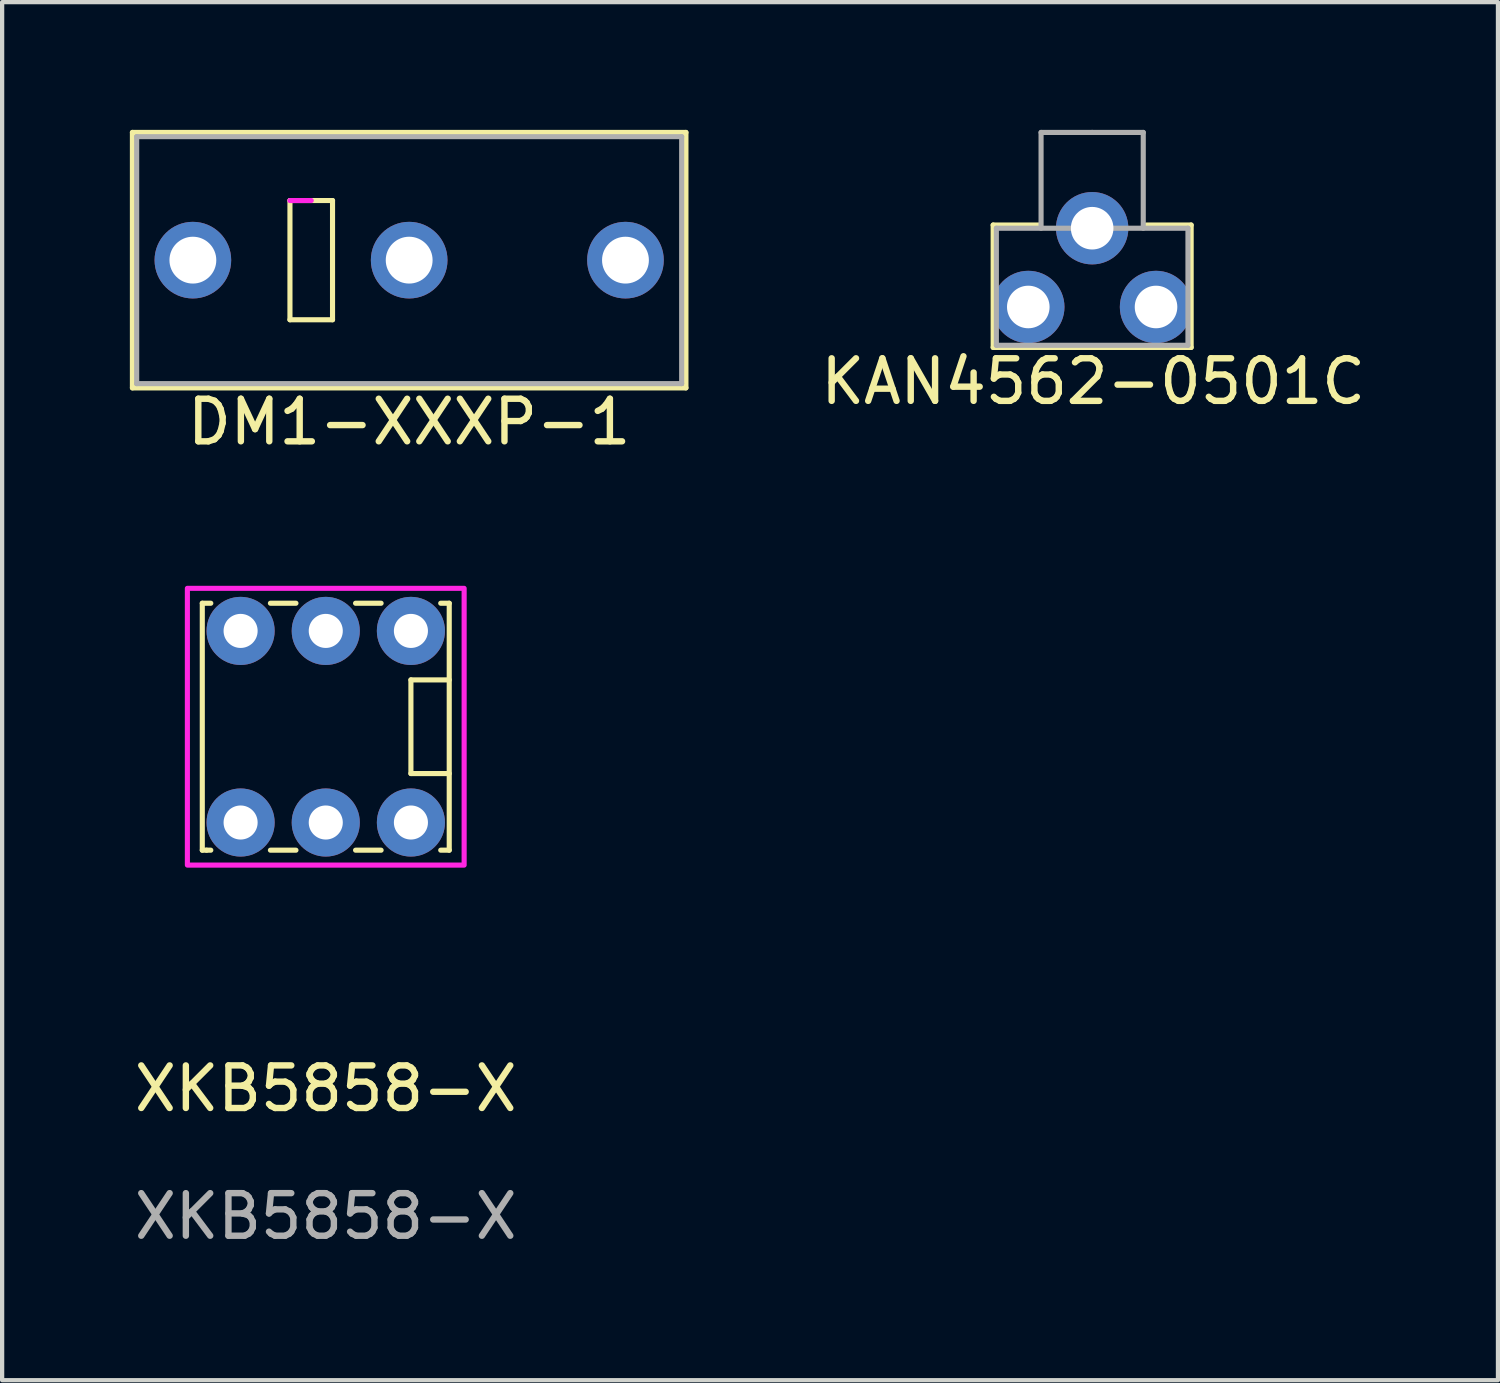
<source format=kicad_pcb>
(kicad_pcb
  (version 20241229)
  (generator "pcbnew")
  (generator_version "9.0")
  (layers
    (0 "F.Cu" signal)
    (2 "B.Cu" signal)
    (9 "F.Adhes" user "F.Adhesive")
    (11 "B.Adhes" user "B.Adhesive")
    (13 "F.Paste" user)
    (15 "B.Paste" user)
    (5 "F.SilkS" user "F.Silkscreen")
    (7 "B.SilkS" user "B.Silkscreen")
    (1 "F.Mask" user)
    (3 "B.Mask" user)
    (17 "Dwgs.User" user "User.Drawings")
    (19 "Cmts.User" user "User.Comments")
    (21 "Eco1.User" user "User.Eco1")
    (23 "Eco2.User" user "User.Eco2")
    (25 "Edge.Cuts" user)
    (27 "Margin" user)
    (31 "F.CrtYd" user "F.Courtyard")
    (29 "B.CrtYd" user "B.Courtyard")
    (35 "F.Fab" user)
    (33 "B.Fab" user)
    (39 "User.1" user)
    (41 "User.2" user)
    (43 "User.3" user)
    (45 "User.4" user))
  (footprint "XKB5858-X"
    (layer "F.Cu")
    (at 4.601 14.018)
    (property "Reference" "XKB5858-X" (at 0 8.5 0) (unlocked yes) (layer "F.SilkS") (effects (font (size 1 1) (thickness 0.15))))
    (attr through_hole)
    (fp_line (start -2.9 -2.9) (end -2.9 2.9) (stroke (width 0.12) (type solid)) (layer "F.SilkS"))
    (fp_line (start -2.9 -2.9) (end -2.7 -2.9) (stroke (width 0.12) (type solid)) (layer "F.SilkS"))
    (fp_line (start -2.9 2.9) (end -2.8 2.9) (stroke (width 0.12) (type solid)) (layer "F.SilkS"))
    (fp_line (start -2.8 2.9) (end -2.7 2.9) (stroke (width 0.12) (type solid)) (layer "F.SilkS"))
    (fp_line (start -1.3 2.9) (end -0.7 2.9) (stroke (width 0.12) (type solid)) (layer "F.SilkS"))
    (fp_line (start -0.7 -2.9) (end -1.3 -2.9) (stroke (width 0.12) (type solid)) (layer "F.SilkS"))
    (fp_line (start 0.7 2.9) (end 1.3 2.9) (stroke (width 0.12) (type solid)) (layer "F.SilkS"))
    (fp_line (start 1.3 -2.9) (end 0.7 -2.9) (stroke (width 0.12) (type solid)) (layer "F.SilkS"))
    (fp_line (start 2 -1.1) (end 2 1.1) (stroke (width 0.12) (type solid)) (layer "F.SilkS"))
    (fp_line (start 2 1.1) (end 2.9 1.1) (stroke (width 0.12) (type solid)) (layer "F.SilkS"))
    (fp_line (start 2.9 -2.9) (end 2.7 -2.9) (stroke (width 0.12) (type solid)) (layer "F.SilkS"))
    (fp_line (start 2.9 -1.1) (end 2 -1.1) (stroke (width 0.12) (type solid)) (layer "F.SilkS"))
    (fp_line (start 2.9 2.9) (end 2.7 2.9) (stroke (width 0.12) (type solid)) (layer "F.SilkS"))
    (fp_line (start 2.9 2.9) (end 2.9 -2.9) (stroke (width 0.12) (type solid)) (layer "F.SilkS"))
    (fp_rect (start -3.25 -3.25) (end 3.25 3.25) (stroke (width 0.12) (type solid)) (fill no) (layer "F.CrtYd"))
    (fp_text user "${REFERENCE}" (at 0 11.5 0) (unlocked yes) (layer "F.Fab") (effects (font (size 1 1) (thickness 0.15))))
    (pad "1" thru_hole circle (at 2 2.25) (size 1.6 1.6) (drill 0.8) (layers "*.Cu" "*.Mask"))
    (pad "2" thru_hole circle (at 0 2.25) (size 1.6 1.6) (drill 0.8) (layers "*.Cu" "*.Mask"))
    (pad "3" thru_hole circle (at -2 2.25) (size 1.6 1.6) (drill 0.8) (layers "*.Cu" "*.Mask"))
    (pad "4" thru_hole circle (at 2 -2.25) (size 1.6 1.6) (drill 0.8) (layers "*.Cu" "*.Mask"))
    (pad "5" thru_hole circle (at 0 -2.25) (size 1.6 1.6) (drill 0.8) (layers "*.Cu" "*.Mask"))
    (pad "6" thru_hole circle (at -2 -2.25) (size 1.6 1.6) (drill 0.8) (layers "*.Cu" "*.Mask")))
  (footprint "DM1-XXXP-1"
    (layer "F.Cu")
    (at 6.56 3.06)
    (property "Reference" "DM1-XXXP-1" (at 0 3.8 0) (layer "F.SilkS") (effects (font (size 1 1) (thickness 0.15))))
    (attr through_hole)
    (fp_line (start -6.5 -3) (end 6.5 -3) (stroke (width 0.12) (type solid)) (layer "F.SilkS"))
    (fp_line (start -6.5 3) (end -6.5 -3) (stroke (width 0.12) (type solid)) (layer "F.SilkS"))
    (fp_line (start -2.8 -1.4) (end -1.8 -1.4) (stroke (width 0.12) (type solid)) (layer "F.SilkS"))
    (fp_line (start -2.8 1.4) (end -2.8 -1.4) (stroke (width 0.12) (type solid)) (layer "F.SilkS"))
    (fp_line (start -1.8 -1.4) (end -1.8 1.4) (stroke (width 0.12) (type solid)) (layer "F.SilkS"))
    (fp_line (start -1.8 1.4) (end -2.8 1.4) (stroke (width 0.12) (type solid)) (layer "F.SilkS"))
    (fp_line (start 6.5 -3) (end 6.5 3) (stroke (width 0.12) (type solid)) (layer "F.SilkS"))
    (fp_line (start 6.5 3) (end -6.5 3) (stroke (width 0.12) (type solid)) (layer "F.SilkS"))
    (fp_line (start -2.3 -1.4) (end -2.8 -1.4) (stroke (width 0.12) (type solid)) (layer "F.CrtYd"))
    (fp_line (start -6.4 -2.9) (end -6.4 2.9) (stroke (width 0.12) (type solid)) (layer "F.Fab"))
    (fp_line (start -6.4 2.9) (end 6.4 2.9) (stroke (width 0.12) (type solid)) (layer "F.Fab"))
    (fp_line (start 6.4 -2.9) (end -6.4 -2.9) (stroke (width 0.12) (type solid)) (layer "F.Fab"))
    (fp_line (start 6.4 2.9) (end 6.4 -2.9) (stroke (width 0.12) (type solid)) (layer "F.Fab"))
    (pad "1" thru_hole circle (at 5.08 0) (size 1.8 1.8) (drill 1.1) (layers "*.Cu" "*.Mask"))
    (pad "2" thru_hole circle (at -5.08 0) (size 1.8 1.8) (drill 1.1) (layers "*.Cu" "*.Mask"))
    (pad "3" thru_hole circle (at 0 0) (size 1.8 1.8) (drill 1.1) (layers "*.Cu" "*.Mask")))
  (footprint "KAN4562-0501C"
    (layer "F.Cu")
    (at 22.601 4.16)
    (property "Reference" "KAN4562-0501C" (at 0.025 1.75 0) (layer "F.SilkS") (effects (font (size 1 1) (thickness 0.15))))
    (attr through_hole)
    (fp_line (start -2.325 -1.925) (end -1.225 -1.925) (stroke (width 0.12) (type solid)) (layer "F.SilkS"))
    (fp_line (start -2.325 0.95) (end -2.325 -1.925) (stroke (width 0.12) (type solid)) (layer "F.SilkS"))
    (fp_line (start 1.275 -1.925) (end 2.325 -1.925) (stroke (width 0.12) (type solid)) (layer "F.SilkS"))
    (fp_line (start 2.325 -1.925) (end 2.325 0.95) (stroke (width 0.12) (type solid)) (layer "F.SilkS"))
    (fp_line (start 2.325 0.95) (end -2.325 0.95) (stroke (width 0.12) (type solid)) (layer "F.SilkS"))
    (fp_line (start -2.25 -1.85) (end 2.25 -1.85) (stroke (width 0.12) (type solid)) (layer "F.Fab"))
    (fp_line (start -2.25 0.9) (end -2.25 -1.85) (stroke (width 0.12) (type solid)) (layer "F.Fab"))
    (fp_line (start -2.25 0.9) (end 2.25 0.9) (stroke (width 0.12) (type solid)) (layer "F.Fab"))
    (fp_line (start -1.2 -4.1) (end -1.2 -1.85) (stroke (width 0.12) (type solid)) (layer "F.Fab"))
    (fp_line (start 0 -4.1) (end -1.2 -4.1) (stroke (width 0.12) (type solid)) (layer "F.Fab"))
    (fp_line (start 1.2 -4.1) (end 0 -4.1) (stroke (width 0.12) (type solid)) (layer "F.Fab"))
    (fp_line (start 1.2 -4.1) (end 1.2 -1.85) (stroke (width 0.12) (type solid)) (layer "F.Fab"))
    (fp_line (start 2.25 -1.85) (end 2.25 0.9) (stroke (width 0.12) (type solid)) (layer "F.Fab"))
    (pad "1" thru_hole circle (at -1.5 0) (size 1.7 1.7) (drill 1) (layers "*.Cu" "*.Mask"))
    (pad "2" thru_hole circle (at 1.5 0) (size 1.7 1.7) (drill 1) (layers "*.Cu" "*.Mask"))
    (pad "GND" thru_hole circle (at 0 -1.85) (size 1.7 1.7) (drill 1) (layers "*.Cu" "*.Mask")))
  (gr_rect
    (start -3 -3)
    (end 32.132 29.366)
    (stroke (width 0.1) (type default))
    (fill no)
    (layer "Edge.Cuts")))
</source>
